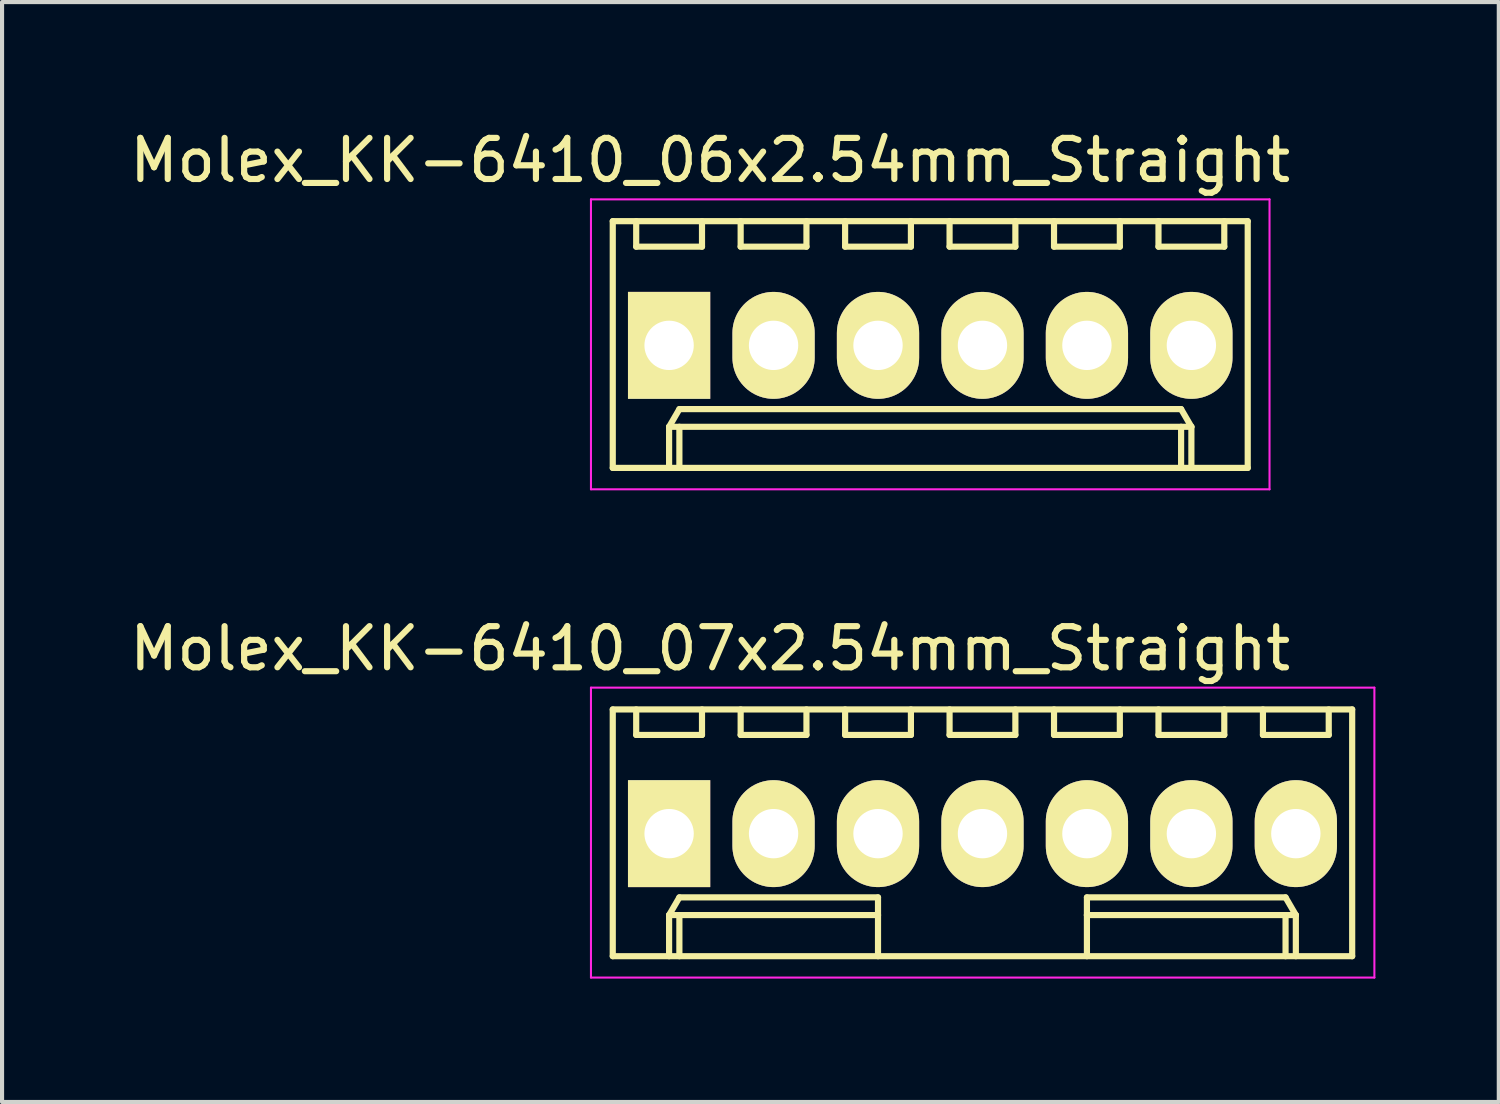
<source format=kicad_pcb>
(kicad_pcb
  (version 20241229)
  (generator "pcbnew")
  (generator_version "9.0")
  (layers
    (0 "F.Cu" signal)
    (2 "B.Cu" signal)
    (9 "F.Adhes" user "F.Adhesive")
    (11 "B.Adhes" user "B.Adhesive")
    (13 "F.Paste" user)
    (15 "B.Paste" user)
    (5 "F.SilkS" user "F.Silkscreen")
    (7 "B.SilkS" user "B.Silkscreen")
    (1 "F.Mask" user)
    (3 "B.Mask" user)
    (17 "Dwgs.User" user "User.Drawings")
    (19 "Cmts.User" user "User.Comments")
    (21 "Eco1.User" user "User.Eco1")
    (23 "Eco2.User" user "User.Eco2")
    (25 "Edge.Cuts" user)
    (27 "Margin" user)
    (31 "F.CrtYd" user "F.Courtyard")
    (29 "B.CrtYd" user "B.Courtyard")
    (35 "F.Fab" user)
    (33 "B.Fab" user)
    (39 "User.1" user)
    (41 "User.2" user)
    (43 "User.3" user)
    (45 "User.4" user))
  (footprint "Molex_KK-6410_07x2.54mm_Straight"
    (layer "F.Cu")
    (at 13.22 17.221)
    (property "Reference" "Molex_KK-6410_07x2.54mm_Straight" (at 1 -4.5 0) (layer "F.SilkS") (effects (font (size 1 1) (thickness 0.15))))
    (attr through_hole)
    (fp_line (start -1.37 -3.02) (end -1.37 2.98) (stroke (width 0.15) (type solid)) (layer "F.SilkS"))
    (fp_line (start -1.37 2.98) (end 16.61 2.98) (stroke (width 0.15) (type solid)) (layer "F.SilkS"))
    (fp_line (start -0.8 -3.02) (end -0.8 -2.4) (stroke (width 0.15) (type solid)) (layer "F.SilkS"))
    (fp_line (start -0.8 -2.4) (end 0.8 -2.4) (stroke (width 0.15) (type solid)) (layer "F.SilkS"))
    (fp_line (start 0 1.98) (end 0.25 1.55) (stroke (width 0.15) (type solid)) (layer "F.SilkS"))
    (fp_line (start 0 1.98) (end 5.08 1.98) (stroke (width 0.15) (type solid)) (layer "F.SilkS"))
    (fp_line (start 0 2.98) (end 0 1.98) (stroke (width 0.15) (type solid)) (layer "F.SilkS"))
    (fp_line (start 0.25 1.55) (end 5.08 1.55) (stroke (width 0.15) (type solid)) (layer "F.SilkS"))
    (fp_line (start 0.25 2.98) (end 0.25 1.98) (stroke (width 0.15) (type solid)) (layer "F.SilkS"))
    (fp_line (start 0.8 -2.4) (end 0.8 -3.02) (stroke (width 0.15) (type solid)) (layer "F.SilkS"))
    (fp_line (start 1.74 -3.02) (end 1.74 -2.4) (stroke (width 0.15) (type solid)) (layer "F.SilkS"))
    (fp_line (start 1.74 -2.4) (end 3.34 -2.4) (stroke (width 0.15) (type solid)) (layer "F.SilkS"))
    (fp_line (start 3.34 -2.4) (end 3.34 -3.02) (stroke (width 0.15) (type solid)) (layer "F.SilkS"))
    (fp_line (start 4.28 -3.02) (end 4.28 -2.4) (stroke (width 0.15) (type solid)) (layer "F.SilkS"))
    (fp_line (start 4.28 -2.4) (end 5.88 -2.4) (stroke (width 0.15) (type solid)) (layer "F.SilkS"))
    (fp_line (start 5.08 1.55) (end 5.08 1.98) (stroke (width 0.15) (type solid)) (layer "F.SilkS"))
    (fp_line (start 5.08 1.98) (end 5.08 2.98) (stroke (width 0.15) (type solid)) (layer "F.SilkS"))
    (fp_line (start 5.88 -2.4) (end 5.88 -3.02) (stroke (width 0.15) (type solid)) (layer "F.SilkS"))
    (fp_line (start 6.82 -3.02) (end 6.82 -2.4) (stroke (width 0.15) (type solid)) (layer "F.SilkS"))
    (fp_line (start 6.82 -2.4) (end 8.42 -2.4) (stroke (width 0.15) (type solid)) (layer "F.SilkS"))
    (fp_line (start 8.42 -2.4) (end 8.42 -3.02) (stroke (width 0.15) (type solid)) (layer "F.SilkS"))
    (fp_line (start 9.36 -3.02) (end 9.36 -2.4) (stroke (width 0.15) (type solid)) (layer "F.SilkS"))
    (fp_line (start 9.36 -2.4) (end 10.96 -2.4) (stroke (width 0.15) (type solid)) (layer "F.SilkS"))
    (fp_line (start 10.16 1.55) (end 10.16 1.98) (stroke (width 0.15) (type solid)) (layer "F.SilkS"))
    (fp_line (start 10.16 1.98) (end 10.16 2.98) (stroke (width 0.15) (type solid)) (layer "F.SilkS"))
    (fp_line (start 10.96 -2.4) (end 10.96 -3.02) (stroke (width 0.15) (type solid)) (layer "F.SilkS"))
    (fp_line (start 11.9 -3.02) (end 11.9 -2.4) (stroke (width 0.15) (type solid)) (layer "F.SilkS"))
    (fp_line (start 11.9 -2.4) (end 13.5 -2.4) (stroke (width 0.15) (type solid)) (layer "F.SilkS"))
    (fp_line (start 13.5 -2.4) (end 13.5 -3.02) (stroke (width 0.15) (type solid)) (layer "F.SilkS"))
    (fp_line (start 14.44 -3.02) (end 14.44 -2.4) (stroke (width 0.15) (type solid)) (layer "F.SilkS"))
    (fp_line (start 14.44 -2.4) (end 16.04 -2.4) (stroke (width 0.15) (type solid)) (layer "F.SilkS"))
    (fp_line (start 14.99 1.55) (end 10.16 1.55) (stroke (width 0.15) (type solid)) (layer "F.SilkS"))
    (fp_line (start 14.99 2.98) (end 14.99 1.98) (stroke (width 0.15) (type solid)) (layer "F.SilkS"))
    (fp_line (start 15.24 1.98) (end 10.16 1.98) (stroke (width 0.15) (type solid)) (layer "F.SilkS"))
    (fp_line (start 15.24 1.98) (end 14.99 1.55) (stroke (width 0.15) (type solid)) (layer "F.SilkS"))
    (fp_line (start 15.24 2.98) (end 15.24 1.98) (stroke (width 0.15) (type solid)) (layer "F.SilkS"))
    (fp_line (start 16.04 -2.4) (end 16.04 -3.02) (stroke (width 0.15) (type solid)) (layer "F.SilkS"))
    (fp_line (start 16.61 -3.02) (end -1.37 -3.02) (stroke (width 0.15) (type solid)) (layer "F.SilkS"))
    (fp_line (start 16.61 2.98) (end 16.61 -3.02) (stroke (width 0.15) (type solid)) (layer "F.SilkS"))
    (fp_line (start -1.9 -3.55) (end 17.15 -3.55) (stroke (width 0.05) (type solid)) (layer "F.CrtYd"))
    (fp_line (start -1.9 3.5) (end -1.9 -3.55) (stroke (width 0.05) (type solid)) (layer "F.CrtYd"))
    (fp_line (start 17.15 -3.55) (end 17.15 3.5) (stroke (width 0.05) (type solid)) (layer "F.CrtYd"))
    (fp_line (start 17.15 3.5) (end -1.9 3.5) (stroke (width 0.05) (type solid)) (layer "F.CrtYd"))
    (pad "1" thru_hole rect (at 0 0) (size 2 2.6) (drill 1.2) (layers "*.Cu" "*.Mask" "F.SilkS"))
    (pad "2" thru_hole oval (at 2.54 0) (size 2 2.6) (drill 1.2) (layers "*.Cu" "*.Mask" "F.SilkS"))
    (pad "3" thru_hole oval (at 5.08 0) (size 2 2.6) (drill 1.2) (layers "*.Cu" "*.Mask" "F.SilkS"))
    (pad "4" thru_hole oval (at 7.62 0) (size 2 2.6) (drill 1.2) (layers "*.Cu" "*.Mask" "F.SilkS"))
    (pad "5" thru_hole oval (at 10.16 0) (size 2 2.6) (drill 1.2) (layers "*.Cu" "*.Mask" "F.SilkS"))
    (pad "6" thru_hole oval (at 12.7 0) (size 2 2.6) (drill 1.2) (layers "*.Cu" "*.Mask" "F.SilkS"))
    (pad "7" thru_hole oval (at 15.24 0) (size 2 2.6) (drill 1.2) (layers "*.Cu" "*.Mask" "F.SilkS")))
  (footprint "Molex_KK-6410_06x2.54mm_Straight"
    (layer "F.Cu")
    (at 13.22 5.348)
    (property "Reference" "Molex_KK-6410_06x2.54mm_Straight" (at 1 -4.5 0) (layer "F.SilkS") (effects (font (size 1 1) (thickness 0.15))))
    (attr through_hole)
    (fp_line (start -1.37 -3.02) (end -1.37 2.98) (stroke (width 0.15) (type solid)) (layer "F.SilkS"))
    (fp_line (start -1.37 2.98) (end 14.07 2.98) (stroke (width 0.15) (type solid)) (layer "F.SilkS"))
    (fp_line (start -0.8 -3.02) (end -0.8 -2.4) (stroke (width 0.15) (type solid)) (layer "F.SilkS"))
    (fp_line (start -0.8 -2.4) (end 0.8 -2.4) (stroke (width 0.15) (type solid)) (layer "F.SilkS"))
    (fp_line (start 0 1.98) (end 0.25 1.55) (stroke (width 0.15) (type solid)) (layer "F.SilkS"))
    (fp_line (start 0 1.98) (end 12.7 1.98) (stroke (width 0.15) (type solid)) (layer "F.SilkS"))
    (fp_line (start 0 2.98) (end 0 1.98) (stroke (width 0.15) (type solid)) (layer "F.SilkS"))
    (fp_line (start 0.25 1.55) (end 12.45 1.55) (stroke (width 0.15) (type solid)) (layer "F.SilkS"))
    (fp_line (start 0.25 2.98) (end 0.25 1.98) (stroke (width 0.15) (type solid)) (layer "F.SilkS"))
    (fp_line (start 0.8 -2.4) (end 0.8 -3.02) (stroke (width 0.15) (type solid)) (layer "F.SilkS"))
    (fp_line (start 1.74 -3.02) (end 1.74 -2.4) (stroke (width 0.15) (type solid)) (layer "F.SilkS"))
    (fp_line (start 1.74 -2.4) (end 3.34 -2.4) (stroke (width 0.15) (type solid)) (layer "F.SilkS"))
    (fp_line (start 3.34 -2.4) (end 3.34 -3.02) (stroke (width 0.15) (type solid)) (layer "F.SilkS"))
    (fp_line (start 4.28 -3.02) (end 4.28 -2.4) (stroke (width 0.15) (type solid)) (layer "F.SilkS"))
    (fp_line (start 4.28 -2.4) (end 5.88 -2.4) (stroke (width 0.15) (type solid)) (layer "F.SilkS"))
    (fp_line (start 5.88 -2.4) (end 5.88 -3.02) (stroke (width 0.15) (type solid)) (layer "F.SilkS"))
    (fp_line (start 6.82 -3.02) (end 6.82 -2.4) (stroke (width 0.15) (type solid)) (layer "F.SilkS"))
    (fp_line (start 6.82 -2.4) (end 8.42 -2.4) (stroke (width 0.15) (type solid)) (layer "F.SilkS"))
    (fp_line (start 8.42 -2.4) (end 8.42 -3.02) (stroke (width 0.15) (type solid)) (layer "F.SilkS"))
    (fp_line (start 9.36 -3.02) (end 9.36 -2.4) (stroke (width 0.15) (type solid)) (layer "F.SilkS"))
    (fp_line (start 9.36 -2.4) (end 10.96 -2.4) (stroke (width 0.15) (type solid)) (layer "F.SilkS"))
    (fp_line (start 10.96 -2.4) (end 10.96 -3.02) (stroke (width 0.15) (type solid)) (layer "F.SilkS"))
    (fp_line (start 11.9 -3.02) (end 11.9 -2.4) (stroke (width 0.15) (type solid)) (layer "F.SilkS"))
    (fp_line (start 11.9 -2.4) (end 13.5 -2.4) (stroke (width 0.15) (type solid)) (layer "F.SilkS"))
    (fp_line (start 12.45 1.55) (end 12.7 1.98) (stroke (width 0.15) (type solid)) (layer "F.SilkS"))
    (fp_line (start 12.45 2.98) (end 12.45 1.98) (stroke (width 0.15) (type solid)) (layer "F.SilkS"))
    (fp_line (start 12.7 1.98) (end 12.7 2.98) (stroke (width 0.15) (type solid)) (layer "F.SilkS"))
    (fp_line (start 13.5 -2.4) (end 13.5 -3.02) (stroke (width 0.15) (type solid)) (layer "F.SilkS"))
    (fp_line (start 14.07 -3.02) (end -1.37 -3.02) (stroke (width 0.15) (type solid)) (layer "F.SilkS"))
    (fp_line (start 14.07 2.98) (end 14.07 -3.02) (stroke (width 0.15) (type solid)) (layer "F.SilkS"))
    (fp_line (start -1.9 -3.55) (end 14.6 -3.55) (stroke (width 0.05) (type solid)) (layer "F.CrtYd"))
    (fp_line (start -1.9 3.5) (end -1.9 -3.55) (stroke (width 0.05) (type solid)) (layer "F.CrtYd"))
    (fp_line (start 14.6 -3.55) (end 14.6 3.5) (stroke (width 0.05) (type solid)) (layer "F.CrtYd"))
    (fp_line (start 14.6 3.5) (end -1.9 3.5) (stroke (width 0.05) (type solid)) (layer "F.CrtYd"))
    (pad "1" thru_hole rect (at 0 0) (size 2 2.6) (drill 1.2) (layers "*.Cu" "*.Mask" "F.SilkS"))
    (pad "2" thru_hole oval (at 2.54 0) (size 2 2.6) (drill 1.2) (layers "*.Cu" "*.Mask" "F.SilkS"))
    (pad "3" thru_hole oval (at 5.08 0) (size 2 2.6) (drill 1.2) (layers "*.Cu" "*.Mask" "F.SilkS"))
    (pad "4" thru_hole oval (at 7.62 0) (size 2 2.6) (drill 1.2) (layers "*.Cu" "*.Mask" "F.SilkS"))
    (pad "5" thru_hole oval (at 10.16 0) (size 2 2.6) (drill 1.2) (layers "*.Cu" "*.Mask" "F.SilkS"))
    (pad "6" thru_hole oval (at 12.7 0) (size 2 2.6) (drill 1.2) (layers "*.Cu" "*.Mask" "F.SilkS")))
  (gr_rect
    (start -3 -3)
    (end 33.395 23.747)
    (stroke (width 0.1) (type default))
    (fill no)
    (layer "Edge.Cuts")))
</source>
